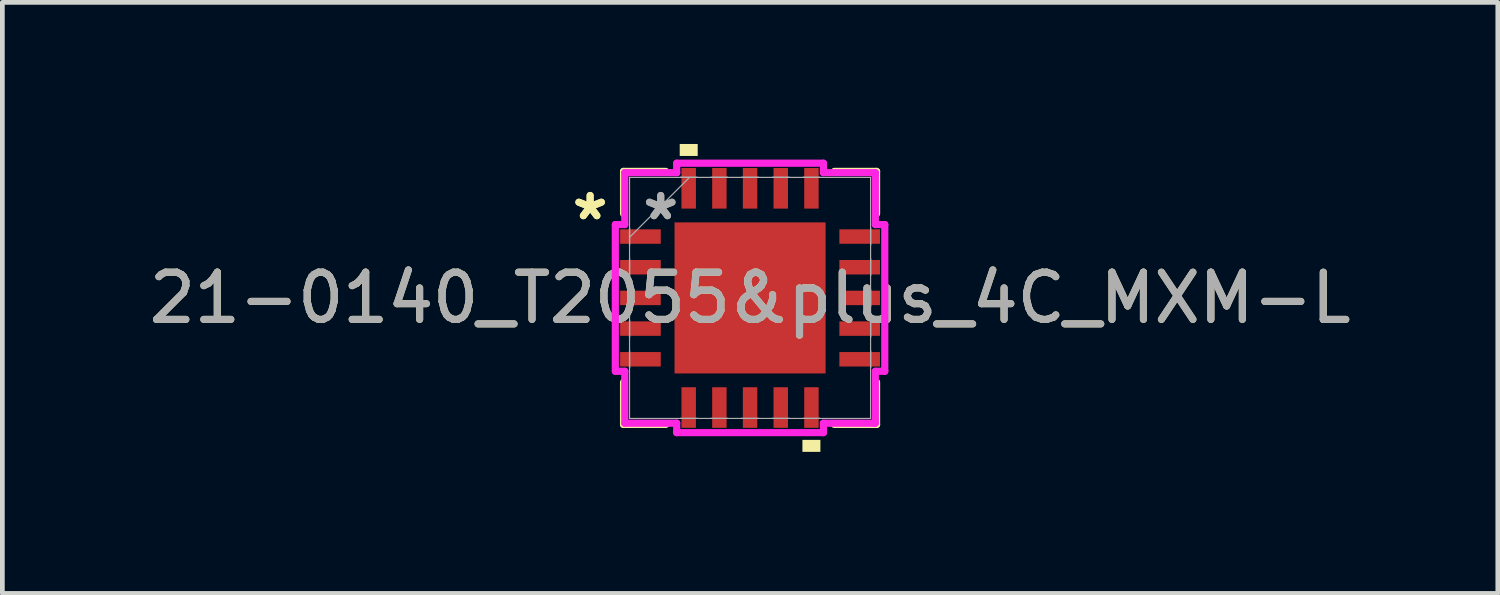
<source format=kicad_pcb>
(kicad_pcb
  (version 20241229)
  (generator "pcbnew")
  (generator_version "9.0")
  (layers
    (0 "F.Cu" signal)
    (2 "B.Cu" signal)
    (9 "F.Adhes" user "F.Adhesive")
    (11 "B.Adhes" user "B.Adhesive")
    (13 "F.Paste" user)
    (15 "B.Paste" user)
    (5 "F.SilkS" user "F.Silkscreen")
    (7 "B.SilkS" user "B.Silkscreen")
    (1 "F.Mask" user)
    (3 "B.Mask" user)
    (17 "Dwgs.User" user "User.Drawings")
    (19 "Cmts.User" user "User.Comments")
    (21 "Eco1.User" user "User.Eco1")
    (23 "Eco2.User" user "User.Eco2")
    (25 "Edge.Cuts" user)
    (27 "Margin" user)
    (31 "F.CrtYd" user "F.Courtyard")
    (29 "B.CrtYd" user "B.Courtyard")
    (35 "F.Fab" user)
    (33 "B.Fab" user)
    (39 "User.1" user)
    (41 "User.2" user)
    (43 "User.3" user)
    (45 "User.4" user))
  (footprint "21-0140_T2055&plus_4C_MXM-L"
    (layer "F.Cu")
    (at 12.839 3.261)
    (property "Reference" "21-0140_T2055&plus_4C_MXM-L" (at 0 0 0) (unlocked yes) (layer "F.SilkS") (effects (font (size 1 1) (thickness 0.15))))
    (attr smd)
    (fp_line (start -2.68 -2.68) (end -2.68 -1.786) (stroke (width 0.152) (type solid)) (layer "F.SilkS"))
    (fp_line (start -2.68 1.786) (end -2.68 2.68) (stroke (width 0.152) (type solid)) (layer "F.SilkS"))
    (fp_line (start -2.68 2.68) (end -1.786 2.68) (stroke (width 0.152) (type solid)) (layer "F.SilkS"))
    (fp_line (start -1.786 -2.68) (end -2.68 -2.68) (stroke (width 0.152) (type solid)) (layer "F.SilkS"))
    (fp_line (start 1.786 2.68) (end 2.68 2.68) (stroke (width 0.152) (type solid)) (layer "F.SilkS"))
    (fp_line (start 2.68 -2.68) (end 1.786 -2.68) (stroke (width 0.152) (type solid)) (layer "F.SilkS"))
    (fp_line (start 2.68 -1.786) (end 2.68 -2.68) (stroke (width 0.152) (type solid)) (layer "F.SilkS"))
    (fp_line (start 2.68 2.68) (end 2.68 1.786) (stroke (width 0.152) (type solid)) (layer "F.SilkS"))
    (fp_poly (pts (xy -1.49 -3.007) (xy -1.49 -3.261) (xy -1.109 -3.261) (xy -1.109 -3.007)) (stroke (width 0) (type solid)) (fill yes) (layer "F.SilkS"))
    (fp_poly (pts (xy 1.109 3.007) (xy 1.109 3.261) (xy 1.49 3.261) (xy 1.49 3.007)) (stroke (width 0) (type solid)) (fill yes) (layer "F.SilkS"))
    (fp_poly (pts (xy -1.5 -1.5) (xy -1.5 -0.1) (xy -0.1 -0.1) (xy -0.1 -1.5)) (stroke (width 0) (type solid)) (fill yes) (layer "F.Paste"))
    (fp_poly (pts (xy -1.5 0.1) (xy -1.5 1.5) (xy -0.1 1.5) (xy -0.1 0.1)) (stroke (width 0) (type solid)) (fill yes) (layer "F.Paste"))
    (fp_poly (pts (xy 0.1 -1.5) (xy 0.1 -0.1) (xy 1.5 -0.1) (xy 1.5 -1.5)) (stroke (width 0) (type solid)) (fill yes) (layer "F.Paste"))
    (fp_poly (pts (xy 0.1 0.1) (xy 0.1 1.5) (xy 1.5 1.5) (xy 1.5 0.1)) (stroke (width 0) (type solid)) (fill yes) (layer "F.Paste"))
    (fp_line (start -2.854 -1.554) (end -2.654 -1.554) (stroke (width 0.152) (type solid)) (layer "F.CrtYd"))
    (fp_line (start -2.854 1.554) (end -2.854 -1.554) (stroke (width 0.152) (type solid)) (layer "F.CrtYd"))
    (fp_line (start -2.654 -2.654) (end -1.554 -2.654) (stroke (width 0.152) (type solid)) (layer "F.CrtYd"))
    (fp_line (start -2.654 -1.554) (end -2.654 -2.654) (stroke (width 0.152) (type solid)) (layer "F.CrtYd"))
    (fp_line (start -2.654 1.554) (end -2.854 1.554) (stroke (width 0.152) (type solid)) (layer "F.CrtYd"))
    (fp_line (start -2.654 2.654) (end -2.654 1.554) (stroke (width 0.152) (type solid)) (layer "F.CrtYd"))
    (fp_line (start -1.554 -2.854) (end 1.554 -2.854) (stroke (width 0.152) (type solid)) (layer "F.CrtYd"))
    (fp_line (start -1.554 -2.654) (end -1.554 -2.854) (stroke (width 0.152) (type solid)) (layer "F.CrtYd"))
    (fp_line (start -1.554 2.654) (end -2.654 2.654) (stroke (width 0.152) (type solid)) (layer "F.CrtYd"))
    (fp_line (start -1.554 2.854) (end -1.554 2.654) (stroke (width 0.152) (type solid)) (layer "F.CrtYd"))
    (fp_line (start 1.554 -2.854) (end 1.554 -2.654) (stroke (width 0.152) (type solid)) (layer "F.CrtYd"))
    (fp_line (start 1.554 -2.654) (end 2.654 -2.654) (stroke (width 0.152) (type solid)) (layer "F.CrtYd"))
    (fp_line (start 1.554 2.654) (end 1.554 2.854) (stroke (width 0.152) (type solid)) (layer "F.CrtYd"))
    (fp_line (start 1.554 2.854) (end -1.554 2.854) (stroke (width 0.152) (type solid)) (layer "F.CrtYd"))
    (fp_line (start 2.654 -2.654) (end 2.654 -1.554) (stroke (width 0.152) (type solid)) (layer "F.CrtYd"))
    (fp_line (start 2.654 -1.554) (end 2.854 -1.554) (stroke (width 0.152) (type solid)) (layer "F.CrtYd"))
    (fp_line (start 2.654 1.554) (end 2.654 2.654) (stroke (width 0.152) (type solid)) (layer "F.CrtYd"))
    (fp_line (start 2.654 2.654) (end 1.554 2.654) (stroke (width 0.152) (type solid)) (layer "F.CrtYd"))
    (fp_line (start 2.854 -1.554) (end 2.854 1.554) (stroke (width 0.152) (type solid)) (layer "F.CrtYd"))
    (fp_line (start 2.854 1.554) (end 2.654 1.554) (stroke (width 0.152) (type solid)) (layer "F.CrtYd"))
    (fp_line (start -2.553 -2.553) (end -2.553 -2.553) (stroke (width 0.025) (type solid)) (layer "F.Fab"))
    (fp_line (start -2.553 -2.553) (end -2.553 2.553) (stroke (width 0.025) (type solid)) (layer "F.Fab"))
    (fp_line (start -2.553 -1.478) (end -2.553 -1.478) (stroke (width 0.025) (type solid)) (layer "F.Fab"))
    (fp_line (start -2.553 -1.478) (end -2.553 -1.122) (stroke (width 0.025) (type solid)) (layer "F.Fab"))
    (fp_line (start -2.553 -1.283) (end -1.283 -2.553) (stroke (width 0.025) (type solid)) (layer "F.Fab"))
    (fp_line (start -2.553 -1.122) (end -2.553 -1.478) (stroke (width 0.025) (type solid)) (layer "F.Fab"))
    (fp_line (start -2.553 -1.122) (end -2.553 -1.122) (stroke (width 0.025) (type solid)) (layer "F.Fab"))
    (fp_line (start -2.553 -0.828) (end -2.553 -0.828) (stroke (width 0.025) (type solid)) (layer "F.Fab"))
    (fp_line (start -2.553 -0.828) (end -2.553 -0.472) (stroke (width 0.025) (type solid)) (layer "F.Fab"))
    (fp_line (start -2.553 -0.472) (end -2.553 -0.828) (stroke (width 0.025) (type solid)) (layer "F.Fab"))
    (fp_line (start -2.553 -0.472) (end -2.553 -0.472) (stroke (width 0.025) (type solid)) (layer "F.Fab"))
    (fp_line (start -2.553 -0.178) (end -2.553 -0.178) (stroke (width 0.025) (type solid)) (layer "F.Fab"))
    (fp_line (start -2.553 -0.178) (end -2.553 0.178) (stroke (width 0.025) (type solid)) (layer "F.Fab"))
    (fp_line (start -2.553 0.178) (end -2.553 -0.178) (stroke (width 0.025) (type solid)) (layer "F.Fab"))
    (fp_line (start -2.553 0.178) (end -2.553 0.178) (stroke (width 0.025) (type solid)) (layer "F.Fab"))
    (fp_line (start -2.553 0.472) (end -2.553 0.472) (stroke (width 0.025) (type solid)) (layer "F.Fab"))
    (fp_line (start -2.553 0.472) (end -2.553 0.828) (stroke (width 0.025) (type solid)) (layer "F.Fab"))
    (fp_line (start -2.553 0.828) (end -2.553 0.472) (stroke (width 0.025) (type solid)) (layer "F.Fab"))
    (fp_line (start -2.553 0.828) (end -2.553 0.828) (stroke (width 0.025) (type solid)) (layer "F.Fab"))
    (fp_line (start -2.553 1.122) (end -2.553 1.122) (stroke (width 0.025) (type solid)) (layer "F.Fab"))
    (fp_line (start -2.553 1.122) (end -2.553 1.478) (stroke (width 0.025) (type solid)) (layer "F.Fab"))
    (fp_line (start -2.553 1.478) (end -2.553 1.122) (stroke (width 0.025) (type solid)) (layer "F.Fab"))
    (fp_line (start -2.553 1.478) (end -2.553 1.478) (stroke (width 0.025) (type solid)) (layer "F.Fab"))
    (fp_line (start -2.553 2.553) (end -2.553 2.553) (stroke (width 0.025) (type solid)) (layer "F.Fab"))
    (fp_line (start -2.553 2.553) (end 2.553 2.553) (stroke (width 0.025) (type solid)) (layer "F.Fab"))
    (fp_line (start -1.478 -2.553) (end -1.478 -2.553) (stroke (width 0.025) (type solid)) (layer "F.Fab"))
    (fp_line (start -1.478 -2.553) (end -1.122 -2.553) (stroke (width 0.025) (type solid)) (layer "F.Fab"))
    (fp_line (start -1.478 2.553) (end -1.478 2.553) (stroke (width 0.025) (type solid)) (layer "F.Fab"))
    (fp_line (start -1.478 2.553) (end -1.122 2.553) (stroke (width 0.025) (type solid)) (layer "F.Fab"))
    (fp_line (start -1.122 -2.553) (end -1.478 -2.553) (stroke (width 0.025) (type solid)) (layer "F.Fab"))
    (fp_line (start -1.122 -2.553) (end -1.122 -2.553) (stroke (width 0.025) (type solid)) (layer "F.Fab"))
    (fp_line (start -1.122 2.553) (end -1.478 2.553) (stroke (width 0.025) (type solid)) (layer "F.Fab"))
    (fp_line (start -1.122 2.553) (end -1.122 2.553) (stroke (width 0.025) (type solid)) (layer "F.Fab"))
    (fp_line (start -0.828 -2.553) (end -0.828 -2.553) (stroke (width 0.025) (type solid)) (layer "F.Fab"))
    (fp_line (start -0.828 -2.553) (end -0.472 -2.553) (stroke (width 0.025) (type solid)) (layer "F.Fab"))
    (fp_line (start -0.828 2.553) (end -0.828 2.553) (stroke (width 0.025) (type solid)) (layer "F.Fab"))
    (fp_line (start -0.828 2.553) (end -0.472 2.553) (stroke (width 0.025) (type solid)) (layer "F.Fab"))
    (fp_line (start -0.472 -2.553) (end -0.828 -2.553) (stroke (width 0.025) (type solid)) (layer "F.Fab"))
    (fp_line (start -0.472 -2.553) (end -0.472 -2.553) (stroke (width 0.025) (type solid)) (layer "F.Fab"))
    (fp_line (start -0.472 2.553) (end -0.828 2.553) (stroke (width 0.025) (type solid)) (layer "F.Fab"))
    (fp_line (start -0.472 2.553) (end -0.472 2.553) (stroke (width 0.025) (type solid)) (layer "F.Fab"))
    (fp_line (start -0.178 -2.553) (end -0.178 -2.553) (stroke (width 0.025) (type solid)) (layer "F.Fab"))
    (fp_line (start -0.178 -2.553) (end 0.178 -2.553) (stroke (width 0.025) (type solid)) (layer "F.Fab"))
    (fp_line (start -0.178 2.553) (end -0.178 2.553) (stroke (width 0.025) (type solid)) (layer "F.Fab"))
    (fp_line (start -0.178 2.553) (end 0.178 2.553) (stroke (width 0.025) (type solid)) (layer "F.Fab"))
    (fp_line (start 0.178 -2.553) (end -0.178 -2.553) (stroke (width 0.025) (type solid)) (layer "F.Fab"))
    (fp_line (start 0.178 -2.553) (end 0.178 -2.553) (stroke (width 0.025) (type solid)) (layer "F.Fab"))
    (fp_line (start 0.178 2.553) (end -0.178 2.553) (stroke (width 0.025) (type solid)) (layer "F.Fab"))
    (fp_line (start 0.178 2.553) (end 0.178 2.553) (stroke (width 0.025) (type solid)) (layer "F.Fab"))
    (fp_line (start 0.472 -2.553) (end 0.472 -2.553) (stroke (width 0.025) (type solid)) (layer "F.Fab"))
    (fp_line (start 0.472 -2.553) (end 0.828 -2.553) (stroke (width 0.025) (type solid)) (layer "F.Fab"))
    (fp_line (start 0.472 2.553) (end 0.472 2.553) (stroke (width 0.025) (type solid)) (layer "F.Fab"))
    (fp_line (start 0.472 2.553) (end 0.828 2.553) (stroke (width 0.025) (type solid)) (layer "F.Fab"))
    (fp_line (start 0.828 -2.553) (end 0.472 -2.553) (stroke (width 0.025) (type solid)) (layer "F.Fab"))
    (fp_line (start 0.828 -2.553) (end 0.828 -2.553) (stroke (width 0.025) (type solid)) (layer "F.Fab"))
    (fp_line (start 0.828 2.553) (end 0.472 2.553) (stroke (width 0.025) (type solid)) (layer "F.Fab"))
    (fp_line (start 0.828 2.553) (end 0.828 2.553) (stroke (width 0.025) (type solid)) (layer "F.Fab"))
    (fp_line (start 1.122 -2.553) (end 1.122 -2.553) (stroke (width 0.025) (type solid)) (layer "F.Fab"))
    (fp_line (start 1.122 -2.553) (end 1.478 -2.553) (stroke (width 0.025) (type solid)) (layer "F.Fab"))
    (fp_line (start 1.122 2.553) (end 1.122 2.553) (stroke (width 0.025) (type solid)) (layer "F.Fab"))
    (fp_line (start 1.122 2.553) (end 1.478 2.553) (stroke (width 0.025) (type solid)) (layer "F.Fab"))
    (fp_line (start 1.478 -2.553) (end 1.122 -2.553) (stroke (width 0.025) (type solid)) (layer "F.Fab"))
    (fp_line (start 1.478 -2.553) (end 1.478 -2.553) (stroke (width 0.025) (type solid)) (layer "F.Fab"))
    (fp_line (start 1.478 2.553) (end 1.122 2.553) (stroke (width 0.025) (type solid)) (layer "F.Fab"))
    (fp_line (start 1.478 2.553) (end 1.478 2.553) (stroke (width 0.025) (type solid)) (layer "F.Fab"))
    (fp_line (start 2.553 -2.553) (end -2.553 -2.553) (stroke (width 0.025) (type solid)) (layer "F.Fab"))
    (fp_line (start 2.553 -2.553) (end 2.553 -2.553) (stroke (width 0.025) (type solid)) (layer "F.Fab"))
    (fp_line (start 2.553 -1.478) (end 2.553 -1.478) (stroke (width 0.025) (type solid)) (layer "F.Fab"))
    (fp_line (start 2.553 -1.478) (end 2.553 -1.122) (stroke (width 0.025) (type solid)) (layer "F.Fab"))
    (fp_line (start 2.553 -1.122) (end 2.553 -1.478) (stroke (width 0.025) (type solid)) (layer "F.Fab"))
    (fp_line (start 2.553 -1.122) (end 2.553 -1.122) (stroke (width 0.025) (type solid)) (layer "F.Fab"))
    (fp_line (start 2.553 -0.828) (end 2.553 -0.828) (stroke (width 0.025) (type solid)) (layer "F.Fab"))
    (fp_line (start 2.553 -0.828) (end 2.553 -0.472) (stroke (width 0.025) (type solid)) (layer "F.Fab"))
    (fp_line (start 2.553 -0.472) (end 2.553 -0.828) (stroke (width 0.025) (type solid)) (layer "F.Fab"))
    (fp_line (start 2.553 -0.472) (end 2.553 -0.472) (stroke (width 0.025) (type solid)) (layer "F.Fab"))
    (fp_line (start 2.553 -0.178) (end 2.553 -0.178) (stroke (width 0.025) (type solid)) (layer "F.Fab"))
    (fp_line (start 2.553 -0.178) (end 2.553 0.178) (stroke (width 0.025) (type solid)) (layer "F.Fab"))
    (fp_line (start 2.553 0.178) (end 2.553 -0.178) (stroke (width 0.025) (type solid)) (layer "F.Fab"))
    (fp_line (start 2.553 0.178) (end 2.553 0.178) (stroke (width 0.025) (type solid)) (layer "F.Fab"))
    (fp_line (start 2.553 0.472) (end 2.553 0.472) (stroke (width 0.025) (type solid)) (layer "F.Fab"))
    (fp_line (start 2.553 0.472) (end 2.553 0.828) (stroke (width 0.025) (type solid)) (layer "F.Fab"))
    (fp_line (start 2.553 0.828) (end 2.553 0.472) (stroke (width 0.025) (type solid)) (layer "F.Fab"))
    (fp_line (start 2.553 0.828) (end 2.553 0.828) (stroke (width 0.025) (type solid)) (layer "F.Fab"))
    (fp_line (start 2.553 1.122) (end 2.553 1.122) (stroke (width 0.025) (type solid)) (layer "F.Fab"))
    (fp_line (start 2.553 1.122) (end 2.553 1.478) (stroke (width 0.025) (type solid)) (layer "F.Fab"))
    (fp_line (start 2.553 1.478) (end 2.553 1.122) (stroke (width 0.025) (type solid)) (layer "F.Fab"))
    (fp_line (start 2.553 1.478) (end 2.553 1.478) (stroke (width 0.025) (type solid)) (layer "F.Fab"))
    (fp_line (start 2.553 2.553) (end 2.553 -2.553) (stroke (width 0.025) (type solid)) (layer "F.Fab"))
    (fp_line (start 2.553 2.553) (end 2.553 2.553) (stroke (width 0.025) (type solid)) (layer "F.Fab"))
    (fp_text user "*" (at -3.388 -1.625 0) (layer "F.SilkS") (effects (font (size 1 1) (thickness 0.15))))
    (fp_text user "*" (at -3.388 -1.625 0) (unlocked yes) (layer "F.SilkS") (effects (font (size 1 1) (thickness 0.15))))
    (fp_text user "*" (at -1.892 -1.625 0) (layer "F.Fab") (effects (font (size 1 1) (thickness 0.15))))
    (fp_text user "${REFERENCE}" (at 0 0 0) (unlocked yes) (layer "F.Fab") (effects (font (size 1 1) (thickness 0.15))))
    (fp_text user "*" (at -1.892 -1.625 0) (unlocked yes) (layer "F.Fab") (effects (font (size 1 1) (thickness 0.15))))
    (pad "1" smd rect (at -2.322 -1.3 90) (size 0.306 0.86) (layers "F.Cu" "F.Mask" "F.Paste"))
    (pad "2" smd rect (at -2.322 -0.65 90) (size 0.306 0.86) (layers "F.Cu" "F.Mask" "F.Paste"))
    (pad "3" smd rect (at -2.322 0 90) (size 0.306 0.86) (layers "F.Cu" "F.Mask" "F.Paste"))
    (pad "4" smd rect (at -2.322 0.65 90) (size 0.306 0.86) (layers "F.Cu" "F.Mask" "F.Paste"))
    (pad "5" smd rect (at -2.322 1.3 90) (size 0.306 0.86) (layers "F.Cu" "F.Mask" "F.Paste"))
    (pad "6" smd rect (at -1.3 2.322) (size 0.306 0.86) (layers "F.Cu" "F.Mask" "F.Paste"))
    (pad "7" smd rect (at -0.65 2.322) (size 0.306 0.86) (layers "F.Cu" "F.Mask" "F.Paste"))
    (pad "8" smd rect (at 0 2.322) (size 0.306 0.86) (layers "F.Cu" "F.Mask" "F.Paste"))
    (pad "9" smd rect (at 0.65 2.322) (size 0.306 0.86) (layers "F.Cu" "F.Mask" "F.Paste"))
    (pad "10" smd rect (at 1.3 2.322) (size 0.306 0.86) (layers "F.Cu" "F.Mask" "F.Paste"))
    (pad "11" smd rect (at 2.322 1.3 90) (size 0.306 0.86) (layers "F.Cu" "F.Mask" "F.Paste"))
    (pad "12" smd rect (at 2.322 0.65 90) (size 0.306 0.86) (layers "F.Cu" "F.Mask" "F.Paste"))
    (pad "13" smd rect (at 2.322 0 90) (size 0.306 0.86) (layers "F.Cu" "F.Mask" "F.Paste"))
    (pad "14" smd rect (at 2.322 -0.65 90) (size 0.306 0.86) (layers "F.Cu" "F.Mask" "F.Paste"))
    (pad "15" smd rect (at 2.322 -1.3 90) (size 0.306 0.86) (layers "F.Cu" "F.Mask" "F.Paste"))
    (pad "16" smd rect (at 1.3 -2.322) (size 0.306 0.86) (layers "F.Cu" "F.Mask" "F.Paste"))
    (pad "17" smd rect (at 0.65 -2.322) (size 0.306 0.86) (layers "F.Cu" "F.Mask" "F.Paste"))
    (pad "18" smd rect (at 0 -2.322) (size 0.306 0.86) (layers "F.Cu" "F.Mask" "F.Paste"))
    (pad "19" smd rect (at -0.65 -2.322) (size 0.306 0.86) (layers "F.Cu" "F.Mask" "F.Paste"))
    (pad "20" smd rect (at -1.3 -2.322) (size 0.306 0.86) (layers "F.Cu" "F.Mask" "F.Paste"))
    (pad "21" smd rect (at 0 0) (size 3.2 3.2) (layers "F.Cu" "F.Mask" "F.Paste")))
  (gr_rect
    (start -3 -3)
    (end 28.679 9.521)
    (stroke (width 0.1) (type default))
    (fill no)
    (layer "Edge.Cuts")))
</source>
